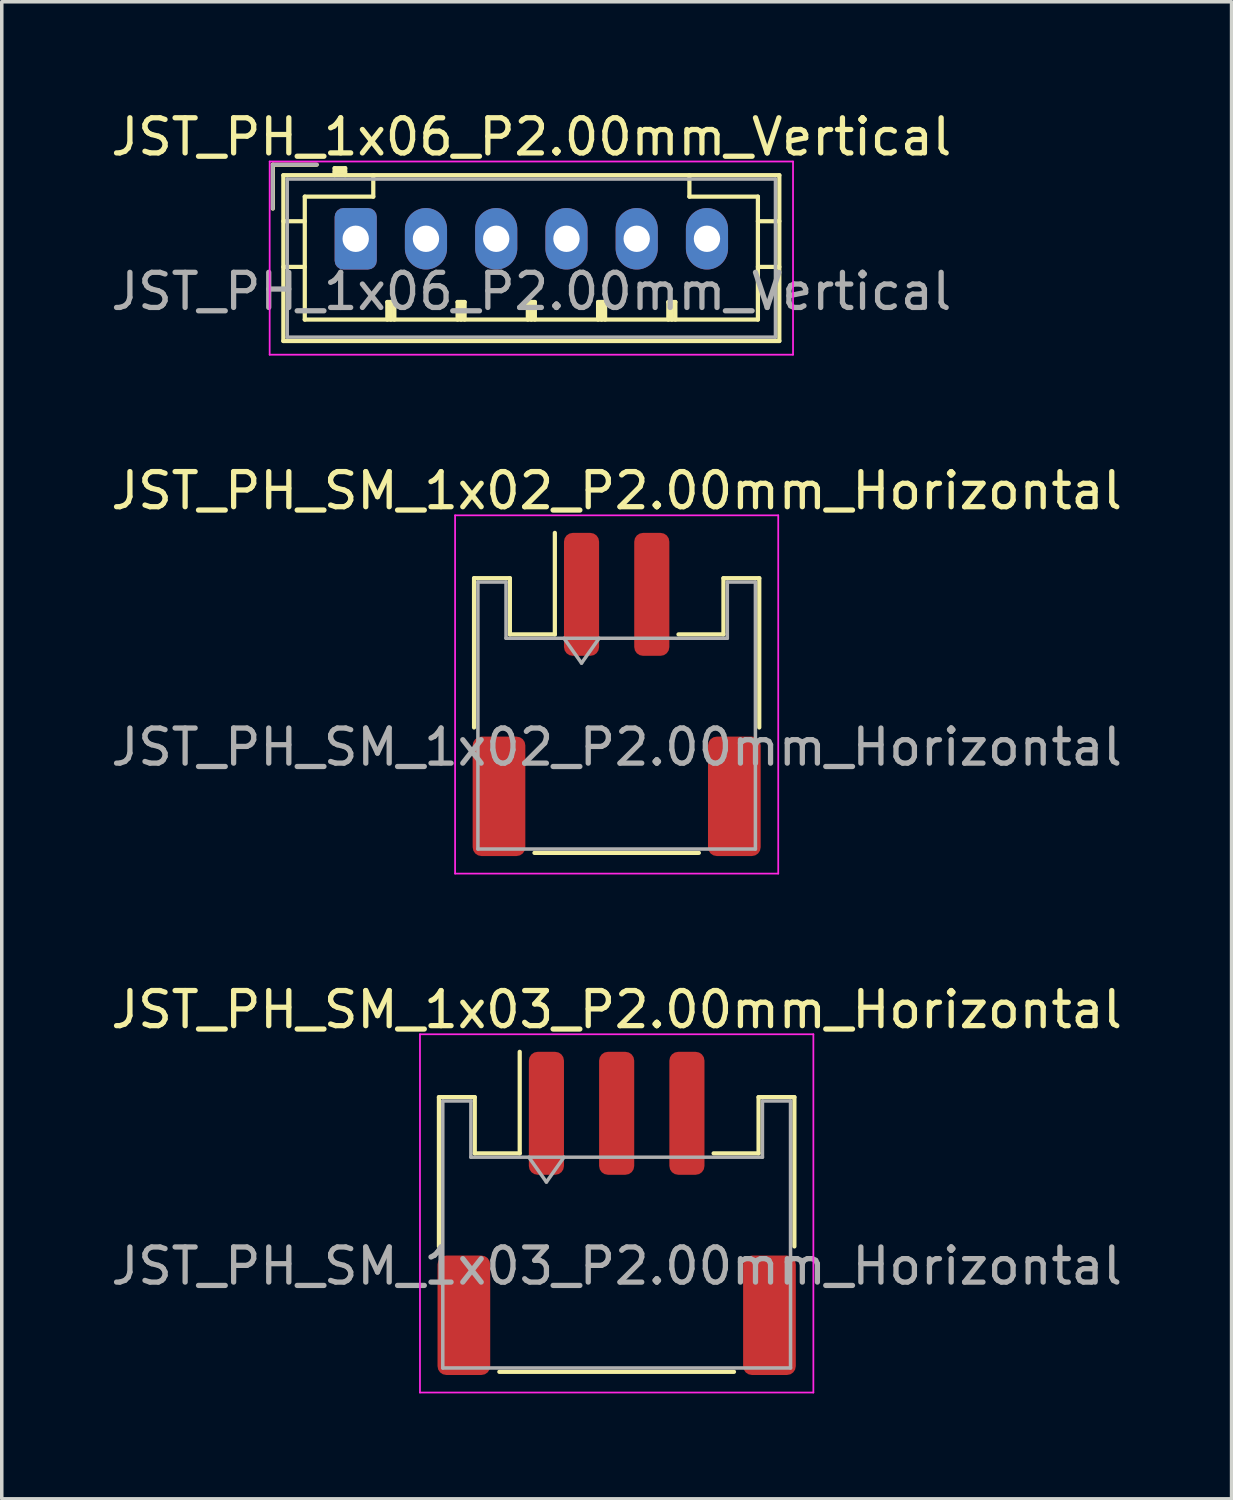
<source format=kicad_pcb>
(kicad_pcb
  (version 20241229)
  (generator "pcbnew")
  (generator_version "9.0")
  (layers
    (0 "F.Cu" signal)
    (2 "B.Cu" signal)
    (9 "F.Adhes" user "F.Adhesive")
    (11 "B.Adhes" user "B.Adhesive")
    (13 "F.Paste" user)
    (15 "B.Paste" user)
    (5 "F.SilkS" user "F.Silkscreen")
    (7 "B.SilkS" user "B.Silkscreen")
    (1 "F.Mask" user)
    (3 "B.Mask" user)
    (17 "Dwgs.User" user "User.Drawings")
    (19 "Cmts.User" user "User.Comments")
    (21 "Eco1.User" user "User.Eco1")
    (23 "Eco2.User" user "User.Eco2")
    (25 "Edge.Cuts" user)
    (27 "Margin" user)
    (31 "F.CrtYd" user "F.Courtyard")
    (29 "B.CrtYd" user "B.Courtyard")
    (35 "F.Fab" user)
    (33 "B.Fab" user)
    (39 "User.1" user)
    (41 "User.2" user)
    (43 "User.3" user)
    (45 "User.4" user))
  (footprint "JST_PH_SM_1x02_P2.00mm_Horizontal"
    (layer "F.Cu")
    (at 14.506 16.721)
    (property "Reference" "JST_PH_SM_1x02_P2.00mm_Horizontal" (at 0 -5.8 0) (layer "F.SilkS") (effects (font (size 1 1) (thickness 0.15))))
    (attr smd)
    (fp_line (start -4.06 -3.31) (end -3.04 -3.31) (stroke (width 0.12) (type solid)) (layer "F.SilkS"))
    (fp_line (start -4.06 0.94) (end -4.06 -3.31) (stroke (width 0.12) (type solid)) (layer "F.SilkS"))
    (fp_line (start -3.04 -3.31) (end -3.04 -1.71) (stroke (width 0.12) (type solid)) (layer "F.SilkS"))
    (fp_line (start -3.04 -1.71) (end -1.76 -1.71) (stroke (width 0.12) (type solid)) (layer "F.SilkS"))
    (fp_line (start -2.34 4.51) (end 2.34 4.51) (stroke (width 0.12) (type solid)) (layer "F.SilkS"))
    (fp_line (start -1.76 -1.71) (end -1.76 -4.6) (stroke (width 0.12) (type solid)) (layer "F.SilkS"))
    (fp_line (start 3.04 -3.31) (end 3.04 -1.71) (stroke (width 0.12) (type solid)) (layer "F.SilkS"))
    (fp_line (start 3.04 -1.71) (end 1.76 -1.71) (stroke (width 0.12) (type solid)) (layer "F.SilkS"))
    (fp_line (start 4.06 -3.31) (end 3.04 -3.31) (stroke (width 0.12) (type solid)) (layer "F.SilkS"))
    (fp_line (start 4.06 0.94) (end 4.06 -3.31) (stroke (width 0.12) (type solid)) (layer "F.SilkS"))
    (fp_line (start -4.6 -5.1) (end -4.6 5.1) (stroke (width 0.05) (type solid)) (layer "F.CrtYd"))
    (fp_line (start -4.6 5.1) (end 4.6 5.1) (stroke (width 0.05) (type solid)) (layer "F.CrtYd"))
    (fp_line (start 4.6 -5.1) (end -4.6 -5.1) (stroke (width 0.05) (type solid)) (layer "F.CrtYd"))
    (fp_line (start 4.6 5.1) (end 4.6 -5.1) (stroke (width 0.05) (type solid)) (layer "F.CrtYd"))
    (fp_line (start -3.95 -3.2) (end -3.95 4.4) (stroke (width 0.1) (type solid)) (layer "F.Fab"))
    (fp_line (start -3.95 -3.2) (end -3.15 -3.2) (stroke (width 0.1) (type solid)) (layer "F.Fab"))
    (fp_line (start -3.95 4.4) (end 3.95 4.4) (stroke (width 0.1) (type solid)) (layer "F.Fab"))
    (fp_line (start -3.15 -3.2) (end -3.15 -1.6) (stroke (width 0.1) (type solid)) (layer "F.Fab"))
    (fp_line (start -3.15 -1.6) (end 3.15 -1.6) (stroke (width 0.1) (type solid)) (layer "F.Fab"))
    (fp_line (start -1.5 -1.6) (end -1 -0.893) (stroke (width 0.1) (type solid)) (layer "F.Fab"))
    (fp_line (start -1 -0.893) (end -0.5 -1.6) (stroke (width 0.1) (type solid)) (layer "F.Fab"))
    (fp_line (start 3.15 -3.2) (end 3.95 -3.2) (stroke (width 0.1) (type solid)) (layer "F.Fab"))
    (fp_line (start 3.15 -1.6) (end 3.15 -3.2) (stroke (width 0.1) (type solid)) (layer "F.Fab"))
    (fp_line (start 3.95 -3.2) (end 3.95 4.4) (stroke (width 0.1) (type solid)) (layer "F.Fab"))
    (fp_text user "${REFERENCE}" (at 0 1.5 0) (layer "F.Fab") (effects (font (size 1 1) (thickness 0.15))))
    (pad "1" smd roundrect (at -1 -2.85) (size 1 3.5) (layers "F.Cu" "F.Mask" "F.Paste") (roundrect_rratio 0.25))
    (pad "2" smd roundrect (at 1 -2.85) (size 1 3.5) (layers "F.Cu" "F.Mask" "F.Paste") (roundrect_rratio 0.25))
    (pad "MP" smd roundrect (at -3.35 2.9) (size 1.5 3.4) (layers "F.Cu" "F.Mask" "F.Paste") (roundrect_rratio 0.167))
    (pad "MP" smd roundrect (at 3.35 2.9) (size 1.5 3.4) (layers "F.Cu" "F.Mask" "F.Paste") (roundrect_rratio 0.167)))
  (footprint "JST_PH_1x06_P2.00mm_Vertical"
    (layer "F.Cu")
    (at 7.077 3.748)
    (property "Reference" "JST_PH_1x06_P2.00mm_Vertical" (at 5 -2.9 0) (layer "F.SilkS") (effects (font (size 1 1) (thickness 0.15))))
    (attr through_hole)
    (fp_line (start -2.36 -2.11) (end -2.36 -0.86) (stroke (width 0.12) (type solid)) (layer "F.SilkS"))
    (fp_line (start -2.06 -1.81) (end -2.06 2.91) (stroke (width 0.12) (type solid)) (layer "F.SilkS"))
    (fp_line (start -2.06 -0.5) (end -1.45 -0.5) (stroke (width 0.12) (type solid)) (layer "F.SilkS"))
    (fp_line (start -2.06 0.8) (end -1.45 0.8) (stroke (width 0.12) (type solid)) (layer "F.SilkS"))
    (fp_line (start -2.06 2.91) (end 12.06 2.91) (stroke (width 0.12) (type solid)) (layer "F.SilkS"))
    (fp_line (start -1.45 -1.2) (end -1.45 2.3) (stroke (width 0.12) (type solid)) (layer "F.SilkS"))
    (fp_line (start -1.45 2.3) (end 11.45 2.3) (stroke (width 0.12) (type solid)) (layer "F.SilkS"))
    (fp_line (start -1.11 -2.11) (end -2.36 -2.11) (stroke (width 0.12) (type solid)) (layer "F.SilkS"))
    (fp_line (start -0.6 -2.01) (end -0.6 -1.81) (stroke (width 0.12) (type solid)) (layer "F.SilkS"))
    (fp_line (start -0.3 -2.01) (end -0.6 -2.01) (stroke (width 0.12) (type solid)) (layer "F.SilkS"))
    (fp_line (start -0.3 -1.91) (end -0.6 -1.91) (stroke (width 0.12) (type solid)) (layer "F.SilkS"))
    (fp_line (start -0.3 -1.81) (end -0.3 -2.01) (stroke (width 0.12) (type solid)) (layer "F.SilkS"))
    (fp_line (start 0.5 -1.81) (end 0.5 -1.2) (stroke (width 0.12) (type solid)) (layer "F.SilkS"))
    (fp_line (start 0.5 -1.2) (end -1.45 -1.2) (stroke (width 0.12) (type solid)) (layer "F.SilkS"))
    (fp_line (start 0.9 1.8) (end 1.1 1.8) (stroke (width 0.12) (type solid)) (layer "F.SilkS"))
    (fp_line (start 0.9 2.3) (end 0.9 1.8) (stroke (width 0.12) (type solid)) (layer "F.SilkS"))
    (fp_line (start 1 2.3) (end 1 1.8) (stroke (width 0.12) (type solid)) (layer "F.SilkS"))
    (fp_line (start 1.1 1.8) (end 1.1 2.3) (stroke (width 0.12) (type solid)) (layer "F.SilkS"))
    (fp_line (start 2.9 1.8) (end 3.1 1.8) (stroke (width 0.12) (type solid)) (layer "F.SilkS"))
    (fp_line (start 2.9 2.3) (end 2.9 1.8) (stroke (width 0.12) (type solid)) (layer "F.SilkS"))
    (fp_line (start 3 2.3) (end 3 1.8) (stroke (width 0.12) (type solid)) (layer "F.SilkS"))
    (fp_line (start 3.1 1.8) (end 3.1 2.3) (stroke (width 0.12) (type solid)) (layer "F.SilkS"))
    (fp_line (start 4.9 1.8) (end 5.1 1.8) (stroke (width 0.12) (type solid)) (layer "F.SilkS"))
    (fp_line (start 4.9 2.3) (end 4.9 1.8) (stroke (width 0.12) (type solid)) (layer "F.SilkS"))
    (fp_line (start 5 2.3) (end 5 1.8) (stroke (width 0.12) (type solid)) (layer "F.SilkS"))
    (fp_line (start 5.1 1.8) (end 5.1 2.3) (stroke (width 0.12) (type solid)) (layer "F.SilkS"))
    (fp_line (start 6.9 1.8) (end 7.1 1.8) (stroke (width 0.12) (type solid)) (layer "F.SilkS"))
    (fp_line (start 6.9 2.3) (end 6.9 1.8) (stroke (width 0.12) (type solid)) (layer "F.SilkS"))
    (fp_line (start 7 2.3) (end 7 1.8) (stroke (width 0.12) (type solid)) (layer "F.SilkS"))
    (fp_line (start 7.1 1.8) (end 7.1 2.3) (stroke (width 0.12) (type solid)) (layer "F.SilkS"))
    (fp_line (start 8.9 1.8) (end 9.1 1.8) (stroke (width 0.12) (type solid)) (layer "F.SilkS"))
    (fp_line (start 8.9 2.3) (end 8.9 1.8) (stroke (width 0.12) (type solid)) (layer "F.SilkS"))
    (fp_line (start 9 2.3) (end 9 1.8) (stroke (width 0.12) (type solid)) (layer "F.SilkS"))
    (fp_line (start 9.1 1.8) (end 9.1 2.3) (stroke (width 0.12) (type solid)) (layer "F.SilkS"))
    (fp_line (start 9.5 -1.2) (end 9.5 -1.81) (stroke (width 0.12) (type solid)) (layer "F.SilkS"))
    (fp_line (start 11.45 -1.2) (end 9.5 -1.2) (stroke (width 0.12) (type solid)) (layer "F.SilkS"))
    (fp_line (start 11.45 2.3) (end 11.45 -1.2) (stroke (width 0.12) (type solid)) (layer "F.SilkS"))
    (fp_line (start 12.06 -1.81) (end -2.06 -1.81) (stroke (width 0.12) (type solid)) (layer "F.SilkS"))
    (fp_line (start 12.06 -0.5) (end 11.45 -0.5) (stroke (width 0.12) (type solid)) (layer "F.SilkS"))
    (fp_line (start 12.06 0.8) (end 11.45 0.8) (stroke (width 0.12) (type solid)) (layer "F.SilkS"))
    (fp_line (start 12.06 2.91) (end 12.06 -1.81) (stroke (width 0.12) (type solid)) (layer "F.SilkS"))
    (fp_line (start -2.45 -2.2) (end -2.45 3.3) (stroke (width 0.05) (type solid)) (layer "F.CrtYd"))
    (fp_line (start -2.45 3.3) (end 12.45 3.3) (stroke (width 0.05) (type solid)) (layer "F.CrtYd"))
    (fp_line (start 12.45 -2.2) (end -2.45 -2.2) (stroke (width 0.05) (type solid)) (layer "F.CrtYd"))
    (fp_line (start 12.45 3.3) (end 12.45 -2.2) (stroke (width 0.05) (type solid)) (layer "F.CrtYd"))
    (fp_line (start -2.36 -2.11) (end -2.36 -0.86) (stroke (width 0.1) (type solid)) (layer "F.Fab"))
    (fp_line (start -1.95 -1.7) (end -1.95 2.8) (stroke (width 0.1) (type solid)) (layer "F.Fab"))
    (fp_line (start -1.95 2.8) (end 11.95 2.8) (stroke (width 0.1) (type solid)) (layer "F.Fab"))
    (fp_line (start -1.11 -2.11) (end -2.36 -2.11) (stroke (width 0.1) (type solid)) (layer "F.Fab"))
    (fp_line (start 11.95 -1.7) (end -1.95 -1.7) (stroke (width 0.1) (type solid)) (layer "F.Fab"))
    (fp_line (start 11.95 2.8) (end 11.95 -1.7) (stroke (width 0.1) (type solid)) (layer "F.Fab"))
    (fp_text user "${REFERENCE}" (at 5 1.5 0) (layer "F.Fab") (effects (font (size 1 1) (thickness 0.15))))
    (pad "1" thru_hole roundrect (at 0 0) (size 1.2 1.75) (drill 0.75) (layers "*.Cu" "*.Mask") (roundrect_rratio 0.208))
    (pad "2" thru_hole oval (at 2 0) (size 1.2 1.75) (drill 0.75) (layers "*.Cu" "*.Mask"))
    (pad "3" thru_hole oval (at 4 0) (size 1.2 1.75) (drill 0.75) (layers "*.Cu" "*.Mask"))
    (pad "4" thru_hole oval (at 6 0) (size 1.2 1.75) (drill 0.75) (layers "*.Cu" "*.Mask"))
    (pad "5" thru_hole oval (at 8 0) (size 1.2 1.75) (drill 0.75) (layers "*.Cu" "*.Mask"))
    (pad "6" thru_hole oval (at 10 0) (size 1.2 1.75) (drill 0.75) (layers "*.Cu" "*.Mask")))
  (footprint "JST_PH_SM_1x03_P2.00mm_Horizontal"
    (layer "F.Cu")
    (at 14.506 31.495)
    (property "Reference" "JST_PH_SM_1x03_P2.00mm_Horizontal" (at 0 -5.8 0) (layer "F.SilkS") (effects (font (size 1 1) (thickness 0.15))))
    (attr smd)
    (fp_line (start -5.06 -3.31) (end -4.04 -3.31) (stroke (width 0.12) (type solid)) (layer "F.SilkS"))
    (fp_line (start -5.06 0.94) (end -5.06 -3.31) (stroke (width 0.12) (type solid)) (layer "F.SilkS"))
    (fp_line (start -4.04 -3.31) (end -4.04 -1.71) (stroke (width 0.12) (type solid)) (layer "F.SilkS"))
    (fp_line (start -4.04 -1.71) (end -2.76 -1.71) (stroke (width 0.12) (type solid)) (layer "F.SilkS"))
    (fp_line (start -3.34 4.51) (end 3.34 4.51) (stroke (width 0.12) (type solid)) (layer "F.SilkS"))
    (fp_line (start -2.76 -1.71) (end -2.76 -4.6) (stroke (width 0.12) (type solid)) (layer "F.SilkS"))
    (fp_line (start 4.04 -3.31) (end 4.04 -1.71) (stroke (width 0.12) (type solid)) (layer "F.SilkS"))
    (fp_line (start 4.04 -1.71) (end 2.76 -1.71) (stroke (width 0.12) (type solid)) (layer "F.SilkS"))
    (fp_line (start 5.06 -3.31) (end 4.04 -3.31) (stroke (width 0.12) (type solid)) (layer "F.SilkS"))
    (fp_line (start 5.06 0.94) (end 5.06 -3.31) (stroke (width 0.12) (type solid)) (layer "F.SilkS"))
    (fp_line (start -5.6 -5.1) (end -5.6 5.1) (stroke (width 0.05) (type solid)) (layer "F.CrtYd"))
    (fp_line (start -5.6 5.1) (end 5.6 5.1) (stroke (width 0.05) (type solid)) (layer "F.CrtYd"))
    (fp_line (start 5.6 -5.1) (end -5.6 -5.1) (stroke (width 0.05) (type solid)) (layer "F.CrtYd"))
    (fp_line (start 5.6 5.1) (end 5.6 -5.1) (stroke (width 0.05) (type solid)) (layer "F.CrtYd"))
    (fp_line (start -4.95 -3.2) (end -4.95 4.4) (stroke (width 0.1) (type solid)) (layer "F.Fab"))
    (fp_line (start -4.95 -3.2) (end -4.15 -3.2) (stroke (width 0.1) (type solid)) (layer "F.Fab"))
    (fp_line (start -4.95 4.4) (end 4.95 4.4) (stroke (width 0.1) (type solid)) (layer "F.Fab"))
    (fp_line (start -4.15 -3.2) (end -4.15 -1.6) (stroke (width 0.1) (type solid)) (layer "F.Fab"))
    (fp_line (start -4.15 -1.6) (end 4.15 -1.6) (stroke (width 0.1) (type solid)) (layer "F.Fab"))
    (fp_line (start -2.5 -1.6) (end -2 -0.893) (stroke (width 0.1) (type solid)) (layer "F.Fab"))
    (fp_line (start -2 -0.893) (end -1.5 -1.6) (stroke (width 0.1) (type solid)) (layer "F.Fab"))
    (fp_line (start 4.15 -3.2) (end 4.95 -3.2) (stroke (width 0.1) (type solid)) (layer "F.Fab"))
    (fp_line (start 4.15 -1.6) (end 4.15 -3.2) (stroke (width 0.1) (type solid)) (layer "F.Fab"))
    (fp_line (start 4.95 -3.2) (end 4.95 4.4) (stroke (width 0.1) (type solid)) (layer "F.Fab"))
    (fp_text user "${REFERENCE}" (at 0 1.5 0) (layer "F.Fab") (effects (font (size 1 1) (thickness 0.15))))
    (pad "1" smd roundrect (at -2 -2.85) (size 1 3.5) (layers "F.Cu" "F.Mask" "F.Paste") (roundrect_rratio 0.25))
    (pad "2" smd roundrect (at 0 -2.85) (size 1 3.5) (layers "F.Cu" "F.Mask" "F.Paste") (roundrect_rratio 0.25))
    (pad "3" smd roundrect (at 2 -2.85) (size 1 3.5) (layers "F.Cu" "F.Mask" "F.Paste") (roundrect_rratio 0.25))
    (pad "MP" smd roundrect (at -4.35 2.9) (size 1.5 3.4) (layers "F.Cu" "F.Mask" "F.Paste") (roundrect_rratio 0.167))
    (pad "MP" smd roundrect (at 4.35 2.9) (size 1.5 3.4) (layers "F.Cu" "F.Mask" "F.Paste") (roundrect_rratio 0.167)))
  (gr_rect
    (start -3 -3)
    (end 32.012 39.62)
    (stroke (width 0.1) (type default))
    (fill no)
    (layer "Edge.Cuts")))
</source>
